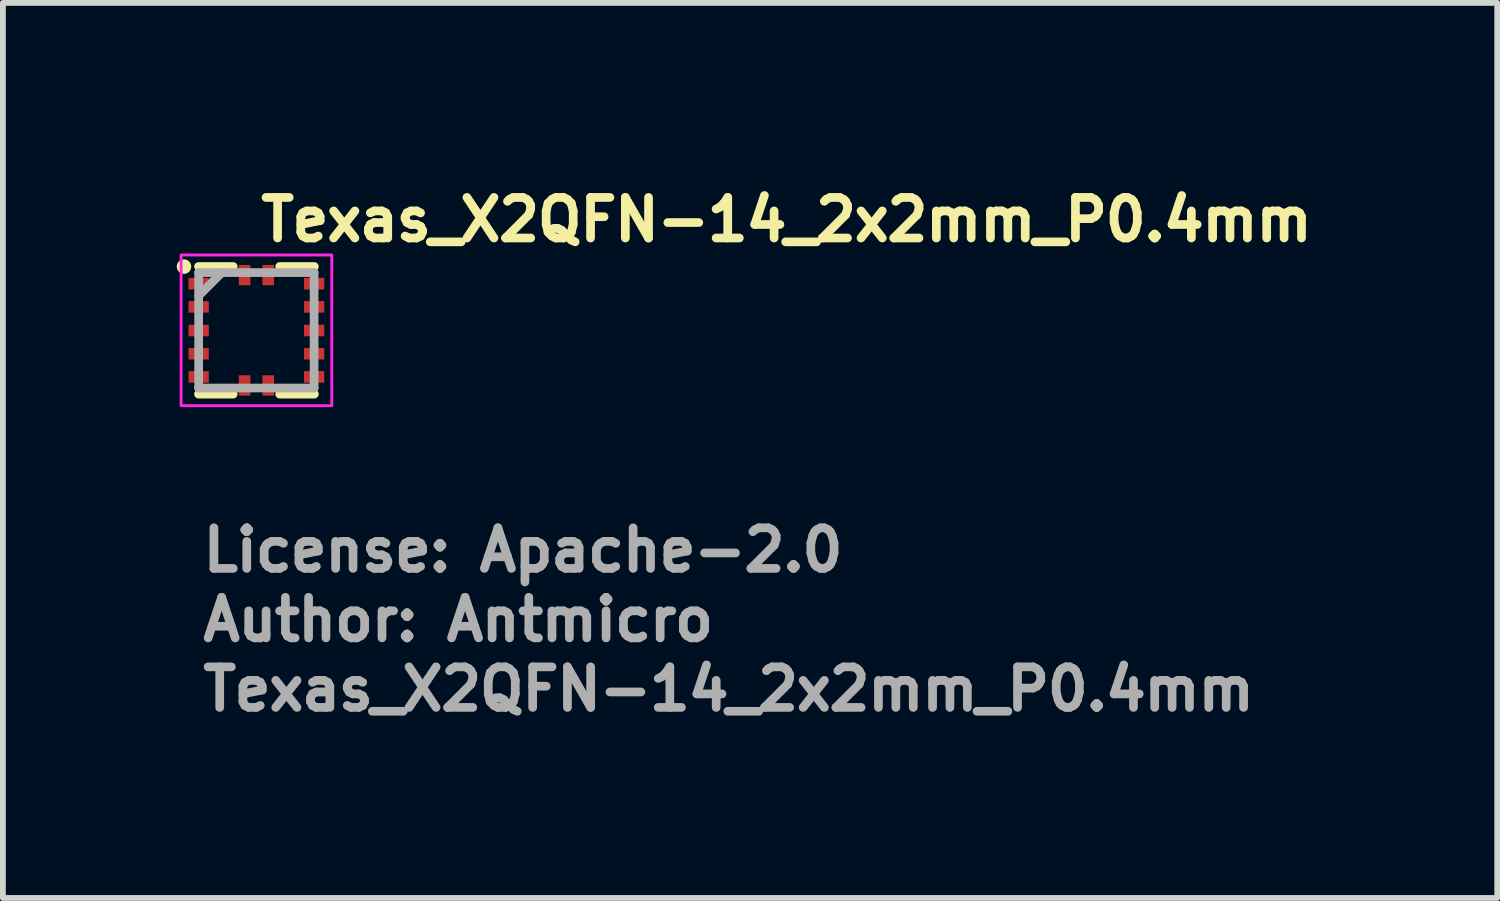
<source format=kicad_pcb>
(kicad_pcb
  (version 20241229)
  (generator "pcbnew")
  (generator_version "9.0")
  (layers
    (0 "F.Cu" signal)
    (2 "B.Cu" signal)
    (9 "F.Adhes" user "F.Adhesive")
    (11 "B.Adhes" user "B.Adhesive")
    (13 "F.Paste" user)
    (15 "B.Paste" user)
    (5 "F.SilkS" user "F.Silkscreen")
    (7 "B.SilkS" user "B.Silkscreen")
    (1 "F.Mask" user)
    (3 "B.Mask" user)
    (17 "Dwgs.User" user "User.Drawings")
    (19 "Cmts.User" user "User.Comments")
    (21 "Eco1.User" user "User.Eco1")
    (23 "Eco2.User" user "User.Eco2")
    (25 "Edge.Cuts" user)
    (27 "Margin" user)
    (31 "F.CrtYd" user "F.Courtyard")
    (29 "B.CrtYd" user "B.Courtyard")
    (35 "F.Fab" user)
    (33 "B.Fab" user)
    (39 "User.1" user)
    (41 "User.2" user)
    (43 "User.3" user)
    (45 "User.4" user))
  (footprint "Texas_X2QFN-14_2x2mm_P0.4mm"
    (layer "F.Cu")
    (at 1.375 2.65)
    (property "Reference" "Texas_X2QFN-14_2x2mm_P0.4mm" (at 0 -1.5 0) (layer "F.SilkS") (effects (font (size 0.7 0.7) (thickness 0.15)) (justify left bottom)))
    (attr smd)
    (fp_line (start -0.401 -1.101) (end -0.999 -1.101) (stroke (width 0.15) (type solid)) (layer "F.SilkS"))
    (fp_line (start -0.401 1.1) (end -0.999 1.1) (stroke (width 0.15) (type solid)) (layer "F.SilkS"))
    (fp_line (start 0.999 -1.101) (end 0.401 -1.101) (stroke (width 0.15) (type solid)) (layer "F.SilkS"))
    (fp_line (start 0.999 1.1) (end 0.401 1.1) (stroke (width 0.15) (type solid)) (layer "F.SilkS"))
    (fp_circle (center -1.25 -1.1) (end -1.2 -1.1) (stroke (width 0.15) (type solid)) (fill yes) (layer "F.SilkS"))
    (fp_rect (start -1.3 -1.3) (end 1.3 1.3) (stroke (width 0.05) (type solid)) (fill no) (layer "F.CrtYd"))
    (fp_line (start -0.997 -0.997) (end 0.995 -0.997) (stroke (width 0.15) (type solid)) (layer "F.Fab"))
    (fp_line (start -0.997 -0.597) (end -0.597 -0.997) (stroke (width 0.15) (type solid)) (layer "F.Fab"))
    (fp_line (start -0.997 0.995) (end -0.997 -0.997) (stroke (width 0.15) (type solid)) (layer "F.Fab"))
    (fp_line (start 0.995 -0.997) (end 0.995 0.995) (stroke (width 0.15) (type solid)) (layer "F.Fab"))
    (fp_line (start 0.995 0.995) (end -0.997 0.995) (stroke (width 0.15) (type solid)) (layer "F.Fab"))
    (fp_rect (start -0.997 -0.997) (end 0.995 0.995) (stroke (width 0.1) (type solid)) (fill no) (layer "User.5"))
    (fp_rect (start -0.997 -0.997) (end 0.995 0.995) (stroke (width 0.1) (type solid)) (fill no) (layer "User.5"))
    (fp_rect (start -0.997 -0.997) (end 0.995 0.995) (stroke (width 0.1) (type solid)) (fill no) (layer "User.5"))
    (fp_rect (start -0.997 -0.997) (end 0.995 0.995) (stroke (width 0.1) (type solid)) (fill no) (layer "User.5"))
    (fp_line (start -0.997 -0.997) (end -0.997 0.995) (stroke (width 0.02) (type solid)) (layer "User.9"))
    (fp_line (start -0.997 0.995) (end 0.995 0.995) (stroke (width 0.02) (type solid)) (layer "User.9"))
    (fp_line (start 0.995 -0.997) (end -0.997 -0.997) (stroke (width 0.02) (type solid)) (layer "User.9"))
    (fp_line (start 0.995 0.995) (end 0.995 -0.997) (stroke (width 0.02) (type solid)) (layer "User.9"))
    (fp_text user "Author: Antmicro" (at -0.999 5.4 0) (layer "F.Fab") (effects (font (size 0.7 0.7) (thickness 0.15)) (justify left bottom)))
    (fp_text user "${REFERENCE}" (at -0.999 6.6 0) (layer "F.Fab") (effects (font (size 0.7 0.7) (thickness 0.15)) (justify left bottom)))
    (fp_text user "License: Apache-2.0" (at -0.999 4.201 0) (layer "F.Fab") (effects (font (size 0.7 0.7) (thickness 0.15)) (justify left bottom)))
    (pad "1" smd rect (at -0.997 -0.805 90) (size 0.2 0.35) (layers "F.Cu" "F.Mask" "F.Paste"))
    (pad "2" smd rect (at -0.997 -0.405 90) (size 0.2 0.35) (layers "F.Cu" "F.Mask" "F.Paste"))
    (pad "3" smd rect (at -0.997 0.003 90) (size 0.2 0.35) (layers "F.Cu" "F.Mask" "F.Paste"))
    (pad "4" smd rect (at -0.997 0.403 90) (size 0.2 0.35) (layers "F.Cu" "F.Mask" "F.Paste"))
    (pad "5" smd rect (at -0.997 0.803 90) (size 0.2 0.35) (layers "F.Cu" "F.Mask" "F.Paste"))
    (pad "6" smd rect (at -0.204 0.951) (size 0.2 0.35) (layers "F.Cu" "F.Mask" "F.Paste"))
    (pad "7" smd rect (at 0.203 0.951) (size 0.2 0.35) (layers "F.Cu" "F.Mask" "F.Paste"))
    (pad "8" smd rect (at 0.995 0.803 90) (size 0.2 0.35) (layers "F.Cu" "F.Mask" "F.Paste"))
    (pad "9" smd rect (at 0.995 0.403 90) (size 0.2 0.35) (layers "F.Cu" "F.Mask" "F.Paste"))
    (pad "10" smd rect (at 0.995 0.003 90) (size 0.2 0.35) (layers "F.Cu" "F.Mask" "F.Paste"))
    (pad "11" smd rect (at 0.995 -0.405 90) (size 0.2 0.35) (layers "F.Cu" "F.Mask" "F.Paste"))
    (pad "12" smd rect (at 0.995 -0.805 90) (size 0.2 0.35) (layers "F.Cu" "F.Mask" "F.Paste"))
    (pad "13" smd rect (at 0.203 -0.953) (size 0.2 0.35) (layers "F.Cu" "F.Mask" "F.Paste"))
    (pad "14" smd rect (at -0.204 -0.953) (size 0.2 0.35) (layers "F.Cu" "F.Mask" "F.Paste")))
  (gr_rect
    (start -3 -3)
    (end 22.785 12.445)
    (stroke (width 0.1) (type default))
    (fill no)
    (layer "Edge.Cuts")))
</source>
